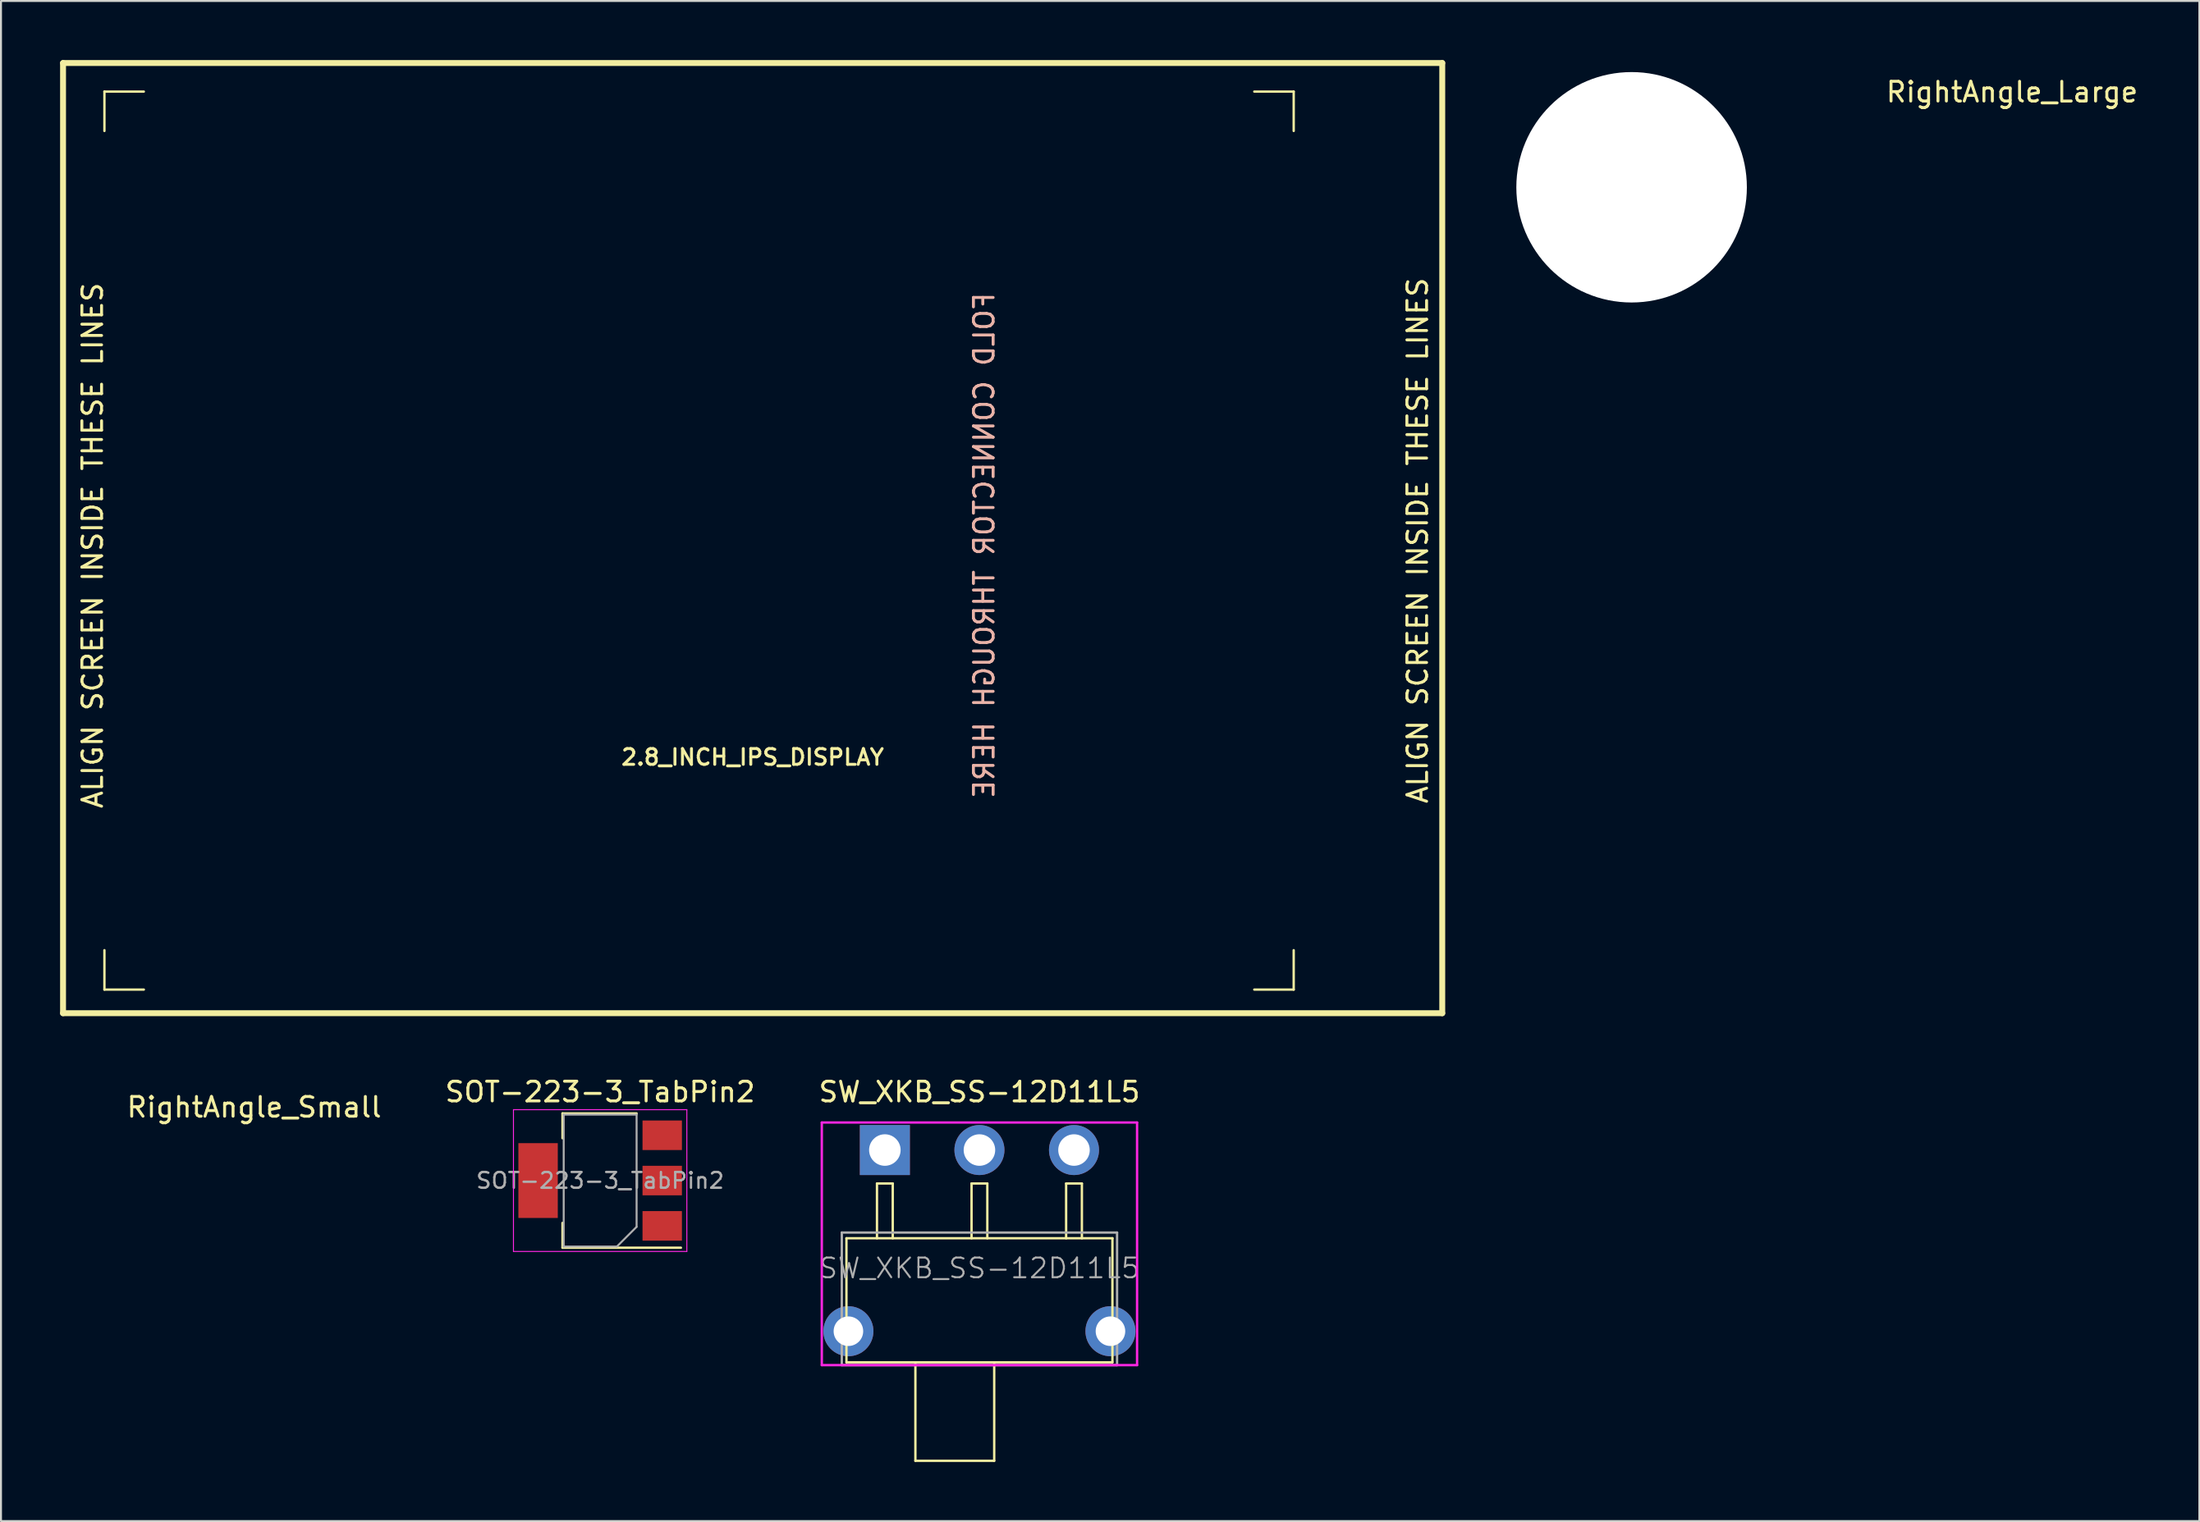
<source format=kicad_pcb>
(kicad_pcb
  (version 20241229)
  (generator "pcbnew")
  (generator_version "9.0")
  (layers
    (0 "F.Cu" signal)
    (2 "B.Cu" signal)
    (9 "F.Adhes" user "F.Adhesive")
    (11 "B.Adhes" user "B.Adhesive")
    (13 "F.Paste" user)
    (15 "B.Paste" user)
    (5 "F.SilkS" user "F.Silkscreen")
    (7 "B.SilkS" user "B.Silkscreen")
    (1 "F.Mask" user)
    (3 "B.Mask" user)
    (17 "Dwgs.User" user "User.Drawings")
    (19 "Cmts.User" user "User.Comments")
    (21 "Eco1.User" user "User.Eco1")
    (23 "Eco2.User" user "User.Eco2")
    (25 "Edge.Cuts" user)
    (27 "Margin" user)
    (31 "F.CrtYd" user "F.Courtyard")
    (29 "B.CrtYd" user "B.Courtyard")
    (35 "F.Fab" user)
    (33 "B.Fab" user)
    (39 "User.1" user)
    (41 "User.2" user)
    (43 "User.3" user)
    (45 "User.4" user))
  (footprint "ALPS_SKHC"
    (layer "F.Cu")
    (at 79.76 6.46)
    (property "Reference" "ALPS_SKHC" (at 0 0 180) (layer "F.SilkS") (effects (font (size 1 1) (thickness 0.15))))
    (attr through_hole)
    (fp_circle (center 0 0) (end 6.4 0) (stroke (width 0.12) (type solid)) (fill no) (layer "Eco1.User"))
    (pad "" np_thru_hole circle (at 0 0) (size 11.7 11.7) (drill 11.7) (layers "*.Cu" "*.Mask")))
  (footprint "2.8_INCH_IPS_DISPLAY"
    (layer "F.Cu")
    (at 35.15 37.4)
    (property "Reference" "2.8_INCH_IPS_DISPLAY" (at 0 -2 0) (layer "F.SilkS") (effects (font (size 0.8 0.8) (thickness 0.15))))
    (attr through_hole)
    (fp_line (start -35 -37.25) (end -35 11) (stroke (width 0.3) (type solid)) (layer "F.SilkS"))
    (fp_line (start -35 -37.25) (end 35 -37.25) (stroke (width 0.3) (type solid)) (layer "F.SilkS"))
    (fp_line (start -35 11) (end 35 11) (stroke (width 0.3) (type solid)) (layer "F.SilkS"))
    (fp_line (start -32.9 -35.8) (end -32.9 -33.8) (stroke (width 0.12) (type solid)) (layer "F.SilkS"))
    (fp_line (start -32.9 7.8) (end -32.9 9.8) (stroke (width 0.12) (type solid)) (layer "F.SilkS"))
    (fp_line (start -32.9 9.8) (end -30.9 9.8) (stroke (width 0.12) (type solid)) (layer "F.SilkS"))
    (fp_line (start -30.9 -35.8) (end -32.9 -35.8) (stroke (width 0.12) (type solid)) (layer "F.SilkS"))
    (fp_line (start 25.46 9.8) (end 27.46 9.8) (stroke (width 0.12) (type solid)) (layer "F.SilkS"))
    (fp_line (start 27.46 -35.8) (end 25.46 -35.8) (stroke (width 0.12) (type solid)) (layer "F.SilkS"))
    (fp_line (start 27.46 -33.8) (end 27.46 -35.8) (stroke (width 0.12) (type solid)) (layer "F.SilkS"))
    (fp_line (start 27.46 9.8) (end 27.46 7.8) (stroke (width 0.12) (type solid)) (layer "F.SilkS"))
    (fp_line (start 35 11) (end 35 -37.25) (stroke (width 0.3) (type solid)) (layer "F.SilkS"))
    (fp_line (start 0 0) (end 0 -25.5) (stroke (width 0.1) (type solid)) (layer "Eco1.User"))
    (fp_line (start 0.75 -26.25) (end 9.25 -26.25) (stroke (width 0.1) (type solid)) (layer "Eco1.User"))
    (fp_line (start 9.25 0.75) (end 0.75 0.75) (stroke (width 0.1) (type solid)) (layer "Eco1.User"))
    (fp_line (start 10 -25.5) (end 10 0) (stroke (width 0.1) (type solid)) (layer "Eco1.User"))
    (fp_arc (start 0 -25.5) (mid 0.21967 -26.03033) (end 0.75 -26.25) (stroke (width 0.1) (type solid)) (layer "Eco1.User"))
    (fp_arc (start 0.75 0.75) (mid 0.21967 0.53033) (end 0 0) (stroke (width 0.1) (type solid)) (layer "Eco1.User"))
    (fp_arc (start 9.25 -26.25) (mid 9.78033 -26.03033) (end 10 -25.5) (stroke (width 0.1) (type solid)) (layer "Eco1.User"))
    (fp_arc (start 10 0) (mid 9.78033 0.53033) (end 9.25 0.75) (stroke (width 0.1) (type solid)) (layer "Eco1.User"))
    (fp_text user "ALIGN SCREEN INSIDE THESE LINES\n" (at -33.5 -12.75 270) (layer "F.SilkS") (effects (font (size 1 1) (thickness 0.15))))
    (fp_text user "ALIGN SCREEN INSIDE THESE LINES\n" (at 33.75 -13 90) (layer "F.SilkS") (effects (font (size 1 1) (thickness 0.15))))
    (fp_text user "FOLD CONNECTOR THROUGH HERE" (at 11.75 -12.75 90) (layer "B.SilkS") (effects (font (size 1 1) (thickness 0.15)) (justify mirror))))
  (footprint "SW_XKB_SS-12D11L5"
    (layer "F.Cu")
    (at 46.66 55.348)
    (property "Reference" "SW_XKB_SS-12D11L5" (at 0 -2.95 180) (layer "F.SilkS") (effects (font (size 1 1) (thickness 0.15))))
    (attr through_hole)
    (fp_line (start -6.75 10.78) (end -6.75 4.48) (stroke (width 0.12) (type solid)) (layer "F.SilkS"))
    (fp_line (start -5.2 1.7) (end -4.4 1.7) (stroke (width 0.12) (type solid)) (layer "F.SilkS"))
    (fp_line (start -5.2 4.48) (end -5.2 1.7) (stroke (width 0.12) (type solid)) (layer "F.SilkS"))
    (fp_line (start -4.4 1.7) (end -4.4 4.48) (stroke (width 0.12) (type solid)) (layer "F.SilkS"))
    (fp_line (start -3.25 15.78) (end -3.25 10.78) (stroke (width 0.12) (type solid)) (layer "F.SilkS"))
    (fp_line (start -0.4 1.7) (end 0.4 1.7) (stroke (width 0.12) (type solid)) (layer "F.SilkS"))
    (fp_line (start -0.4 4.48) (end -0.4 1.7) (stroke (width 0.12) (type solid)) (layer "F.SilkS"))
    (fp_line (start 0.4 1.7) (end 0.4 4.48) (stroke (width 0.12) (type solid)) (layer "F.SilkS"))
    (fp_line (start 0.75 10.78) (end 0.75 15.78) (stroke (width 0.12) (type solid)) (layer "F.SilkS"))
    (fp_line (start 0.75 15.78) (end -3.25 15.78) (stroke (width 0.12) (type solid)) (layer "F.SilkS"))
    (fp_line (start 4.4 1.7) (end 5.2 1.7) (stroke (width 0.12) (type solid)) (layer "F.SilkS"))
    (fp_line (start 4.4 4.48) (end 4.4 1.7) (stroke (width 0.12) (type solid)) (layer "F.SilkS"))
    (fp_line (start 5.2 1.7) (end 5.2 4.48) (stroke (width 0.12) (type solid)) (layer "F.SilkS"))
    (fp_line (start 6.75 4.48) (end -6.75 4.48) (stroke (width 0.12) (type solid)) (layer "F.SilkS"))
    (fp_line (start 6.75 4.48) (end 6.75 10.78) (stroke (width 0.12) (type solid)) (layer "F.SilkS"))
    (fp_line (start 6.75 10.78) (end -6.75 10.78) (stroke (width 0.12) (type solid)) (layer "F.SilkS"))
    (fp_line (start -8.001 -1.397) (end 8.001 -1.397) (stroke (width 0.12) (type solid)) (layer "F.CrtYd"))
    (fp_line (start -8.001 10.922) (end -8.001 -1.397) (stroke (width 0.12) (type solid)) (layer "F.CrtYd"))
    (fp_line (start 8.001 -1.397) (end 8.001 10.922) (stroke (width 0.12) (type solid)) (layer "F.CrtYd"))
    (fp_line (start 8.001 10.922) (end -8.001 10.922) (stroke (width 0.12) (type solid)) (layer "F.CrtYd"))
    (fp_line (start -6.985 4.191) (end 6.985 4.191) (stroke (width 0.12) (type solid)) (layer "F.Fab"))
    (fp_line (start -6.985 10.922) (end -6.985 4.191) (stroke (width 0.12) (type solid)) (layer "F.Fab"))
    (fp_line (start 6.985 4.191) (end 6.985 10.922) (stroke (width 0.12) (type solid)) (layer "F.Fab"))
    (fp_line (start 6.985 10.922) (end -6.985 10.922) (stroke (width 0.12) (type solid)) (layer "F.Fab"))
    (fp_text user "${REFERENCE}" (at 0 6 0) (layer "F.Fab") (effects (font (size 1 1) (thickness 0.1))))
    (pad "" thru_hole circle (at -6.65 9.2) (size 2.54 2.54) (drill 1.5) (layers "*.Cu" "*.Mask"))
    (pad "" thru_hole circle (at 6.65 9.2) (size 2.54 2.54) (drill 1.5) (layers "*.Cu" "*.Mask"))
    (pad "1" thru_hole rect (at -4.8 0) (size 2.54 2.54) (drill 1.6) (layers "*.Cu" "*.Mask"))
    (pad "2" thru_hole circle (at 0 0) (size 2.54 2.54) (drill 1.6) (layers "*.Cu" "*.Mask"))
    (pad "3" thru_hole circle (at 4.8 0) (size 2.54 2.54) (drill 1.6) (layers "*.Cu" "*.Mask")))
  (footprint "RightAngle_Small"
    (layer "F.Cu")
    (at 9.75 51.874)
    (property "Reference" "RightAngle_Small" (at 0.1 1.3 0) (layer "F.SilkS") (effects (font (size 1 1) (thickness 0.15))))
    (attr through_hole)
    (fp_poly (pts (xy 5.5 7.1) (xy -9.7 7.1) (xy -9.7 0) (xy 5.5 0)) (stroke (width 0.1) (type solid)) (fill yes) (layer "F.Mask"))
    (fp_circle (center 0 0) (end 0.224 0) (stroke (width 0.2) (type solid)) (fill no) (layer "Eco1.User")))
  (footprint "RightAngle_Large"
    (layer "F.Cu")
    (at 98.97 0.324)
    (property "Reference" "RightAngle_Large" (at 0.1 1.3 0) (layer "F.SilkS") (effects (font (size 1 1) (thickness 0.15))))
    (attr through_hole)
    (fp_poly (pts (xy 5.5 14.3) (xy -9.7 14.3) (xy -9.7 0) (xy 5.5 0)) (stroke (width 0.1) (type solid)) (fill yes) (layer "F.Mask"))
    (fp_circle (center 0 0) (end 0.224 0) (stroke (width 0.2) (type solid)) (fill no) (layer "Eco1.User")))
  (footprint "SOT-223-3_TabPin2"
    (layer "F.Cu")
    (at 27.41 56.898)
    (property "Reference" "SOT-223-3_TabPin2" (at 0 -4.5 0) (layer "F.SilkS") (effects (font (size 1 1) (thickness 0.15))))
    (attr smd)
    (fp_line (start -1.91 -3.41) (end -1.91 -2.15) (stroke (width 0.12) (type solid)) (layer "F.SilkS"))
    (fp_line (start -1.91 3.41) (end -1.91 2.15) (stroke (width 0.12) (type solid)) (layer "F.SilkS"))
    (fp_line (start 1.85 -3.41) (end -1.91 -3.41) (stroke (width 0.12) (type solid)) (layer "F.SilkS"))
    (fp_line (start 4.1 3.41) (end -1.91 3.41) (stroke (width 0.12) (type solid)) (layer "F.SilkS"))
    (fp_line (start -4.4 -3.6) (end -4.4 3.6) (stroke (width 0.05) (type solid)) (layer "F.CrtYd"))
    (fp_line (start -4.4 3.6) (end 4.4 3.6) (stroke (width 0.05) (type solid)) (layer "F.CrtYd"))
    (fp_line (start 4.4 -3.6) (end -4.4 -3.6) (stroke (width 0.05) (type solid)) (layer "F.CrtYd"))
    (fp_line (start 4.4 3.6) (end 4.4 -3.6) (stroke (width 0.05) (type solid)) (layer "F.CrtYd"))
    (fp_line (start -1.85 3.35) (end -1.85 -3.35) (stroke (width 0.1) (type solid)) (layer "F.Fab"))
    (fp_line (start 0.85 3.35) (end -1.85 3.35) (stroke (width 0.1) (type solid)) (layer "F.Fab"))
    (fp_line (start 1.85 -3.35) (end -1.85 -3.35) (stroke (width 0.1) (type solid)) (layer "F.Fab"))
    (fp_line (start 1.85 2.35) (end 0.85 3.35) (stroke (width 0.1) (type solid)) (layer "F.Fab"))
    (fp_line (start 1.85 2.35) (end 1.85 -3.35) (stroke (width 0.1) (type solid)) (layer "F.Fab"))
    (fp_text user "${REFERENCE}" (at 0 0 0) (layer "F.Fab") (effects (font (size 0.8 0.8) (thickness 0.12))))
    (pad "1" smd rect (at 3.15 2.3 180) (size 2 1.5) (layers "F.Cu" "F.Mask" "F.Paste"))
    (pad "2" smd rect (at -3.15 0 180) (size 2 3.8) (layers "F.Cu" "F.Mask" "F.Paste"))
    (pad "2" smd rect (at 3.15 0 180) (size 2 1.5) (layers "F.Cu" "F.Mask" "F.Paste"))
    (pad "3" smd rect (at 3.15 -2.3 180) (size 2 1.5) (layers "F.Cu" "F.Mask" "F.Paste")))
  (gr_rect
    (start -3 -3)
    (end 108.576 74.188)
    (stroke (width 0.1) (type default))
    (fill no)
    (layer "Edge.Cuts")))
</source>
